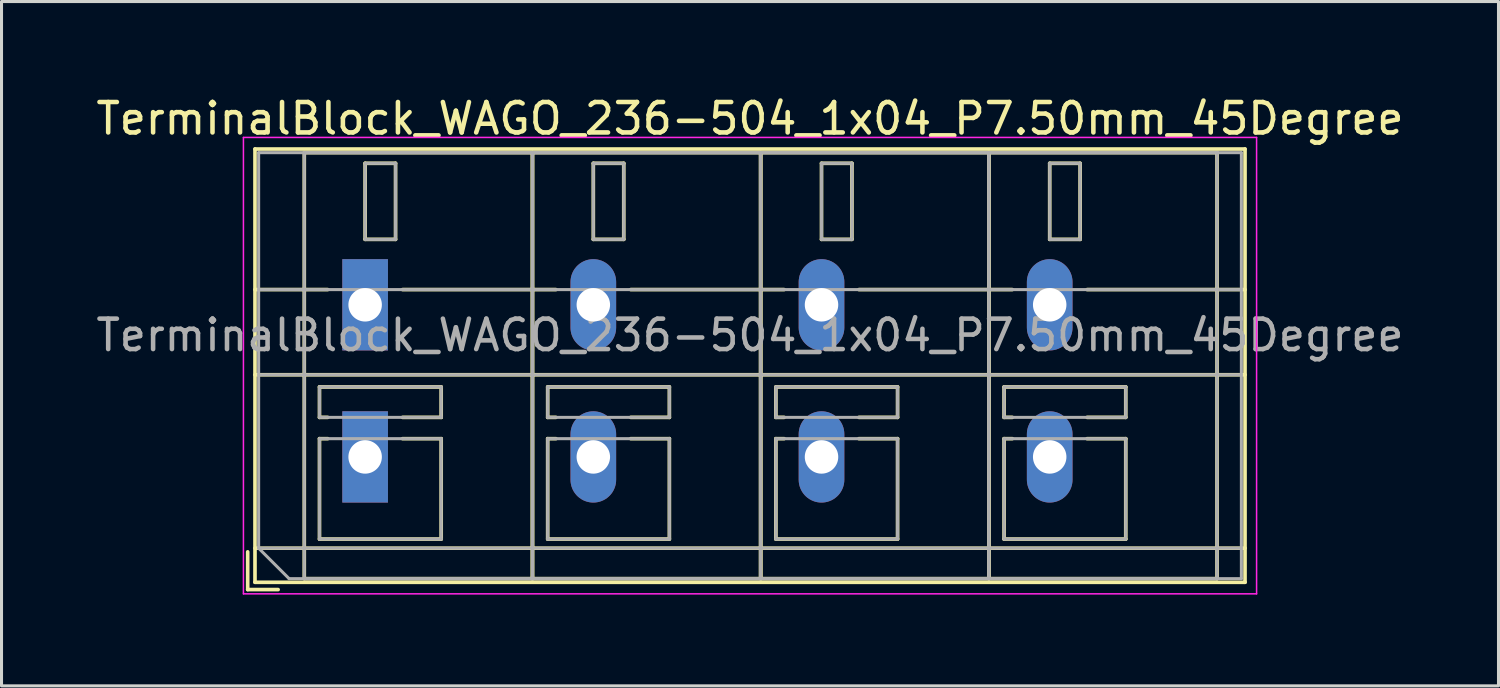
<source format=kicad_pcb>
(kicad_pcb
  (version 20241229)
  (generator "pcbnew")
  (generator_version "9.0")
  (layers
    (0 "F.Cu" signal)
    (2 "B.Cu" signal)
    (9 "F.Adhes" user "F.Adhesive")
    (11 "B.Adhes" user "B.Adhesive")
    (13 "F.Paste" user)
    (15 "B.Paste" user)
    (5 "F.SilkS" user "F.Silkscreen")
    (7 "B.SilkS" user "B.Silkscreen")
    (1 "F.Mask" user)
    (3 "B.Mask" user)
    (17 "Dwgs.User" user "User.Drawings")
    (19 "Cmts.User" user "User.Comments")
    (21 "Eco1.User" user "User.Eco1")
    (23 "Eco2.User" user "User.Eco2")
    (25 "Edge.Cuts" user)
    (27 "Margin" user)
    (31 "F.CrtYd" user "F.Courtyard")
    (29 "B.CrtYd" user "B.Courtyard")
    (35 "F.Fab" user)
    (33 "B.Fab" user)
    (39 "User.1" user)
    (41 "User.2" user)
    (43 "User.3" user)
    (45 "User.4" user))
  (footprint "TerminalBlock_WAGO_236-504_1x04_P7.50mm_45Degree"
    (layer "F.Cu")
    (at 8.951 6.968)
    (property "Reference" "TerminalBlock_WAGO_236-504_1x04_P7.50mm_45Degree" (at 12.65 -6.12 0) (layer "F.SilkS") (effects (font (size 1 1) (thickness 0.15))))
    (attr through_hole)
    (fp_line (start -3.86 8.12) (end -3.86 9.36) (stroke (width 0.12) (type solid)) (layer "F.SilkS"))
    (fp_line (start -3.86 9.36) (end -2.86 9.36) (stroke (width 0.12) (type solid)) (layer "F.SilkS"))
    (fp_line (start -3.62 -5.12) (end -3.62 9.12) (stroke (width 0.12) (type solid)) (layer "F.SilkS"))
    (fp_line (start -3.62 -5.12) (end 28.92 -5.12) (stroke (width 0.12) (type solid)) (layer "F.SilkS"))
    (fp_line (start -3.62 -0.5) (end -1.23 -0.5) (stroke (width 0.12) (type solid)) (layer "F.SilkS"))
    (fp_line (start -3.62 2.3) (end 28.92 2.3) (stroke (width 0.12) (type solid)) (layer "F.SilkS"))
    (fp_line (start -3.62 8) (end 28.92 8) (stroke (width 0.12) (type solid)) (layer "F.SilkS"))
    (fp_line (start -3.62 9.12) (end 28.92 9.12) (stroke (width 0.12) (type solid)) (layer "F.SilkS"))
    (fp_line (start -2 -5) (end -2 9) (stroke (width 0.12) (type solid)) (layer "F.SilkS"))
    (fp_line (start -2 -5) (end 5.5 -5) (stroke (width 0.12) (type solid)) (layer "F.SilkS"))
    (fp_line (start -2 9) (end 5.5 9) (stroke (width 0.12) (type solid)) (layer "F.SilkS"))
    (fp_line (start -1.5 2.7) (end -1.5 3.7) (stroke (width 0.12) (type solid)) (layer "F.SilkS"))
    (fp_line (start -1.5 2.7) (end 2.5 2.7) (stroke (width 0.12) (type solid)) (layer "F.SilkS"))
    (fp_line (start -1.5 3.7) (end -1.23 3.7) (stroke (width 0.12) (type solid)) (layer "F.SilkS"))
    (fp_line (start -1.5 4.4) (end -1.5 7.7) (stroke (width 0.12) (type solid)) (layer "F.SilkS"))
    (fp_line (start -1.5 4.4) (end -1.23 4.4) (stroke (width 0.12) (type solid)) (layer "F.SilkS"))
    (fp_line (start -1.5 7.7) (end 2.5 7.7) (stroke (width 0.12) (type solid)) (layer "F.SilkS"))
    (fp_line (start 0 -4.65) (end 0 -2.151) (stroke (width 0.12) (type solid)) (layer "F.SilkS"))
    (fp_line (start 0 -4.65) (end 1 -4.65) (stroke (width 0.12) (type solid)) (layer "F.SilkS"))
    (fp_line (start 0 -2.151) (end 1 -2.151) (stroke (width 0.12) (type solid)) (layer "F.SilkS"))
    (fp_line (start 1 -4.65) (end 1 -2.151) (stroke (width 0.12) (type solid)) (layer "F.SilkS"))
    (fp_line (start 1.23 -0.5) (end 6.27 -0.5) (stroke (width 0.12) (type solid)) (layer "F.SilkS"))
    (fp_line (start 1.23 3.7) (end 2.5 3.7) (stroke (width 0.12) (type solid)) (layer "F.SilkS"))
    (fp_line (start 1.23 4.4) (end 2.5 4.4) (stroke (width 0.12) (type solid)) (layer "F.SilkS"))
    (fp_line (start 2.5 2.7) (end 2.5 3.7) (stroke (width 0.12) (type solid)) (layer "F.SilkS"))
    (fp_line (start 2.5 4.4) (end 2.5 7.7) (stroke (width 0.12) (type solid)) (layer "F.SilkS"))
    (fp_line (start 5.5 -5) (end 5.5 9) (stroke (width 0.12) (type solid)) (layer "F.SilkS"))
    (fp_line (start 5.5 -5) (end 5.5 9) (stroke (width 0.12) (type solid)) (layer "F.SilkS"))
    (fp_line (start 5.5 -5) (end 13 -5) (stroke (width 0.12) (type solid)) (layer "F.SilkS"))
    (fp_line (start 5.5 9) (end 13 9) (stroke (width 0.12) (type solid)) (layer "F.SilkS"))
    (fp_line (start 6 2.7) (end 6 3.7) (stroke (width 0.12) (type solid)) (layer "F.SilkS"))
    (fp_line (start 6 2.7) (end 10 2.7) (stroke (width 0.12) (type solid)) (layer "F.SilkS"))
    (fp_line (start 6 3.7) (end 6.27 3.7) (stroke (width 0.12) (type solid)) (layer "F.SilkS"))
    (fp_line (start 6 4.4) (end 6 7.7) (stroke (width 0.12) (type solid)) (layer "F.SilkS"))
    (fp_line (start 6 4.4) (end 6.27 4.4) (stroke (width 0.12) (type solid)) (layer "F.SilkS"))
    (fp_line (start 6 7.7) (end 10 7.7) (stroke (width 0.12) (type solid)) (layer "F.SilkS"))
    (fp_line (start 7.5 -4.65) (end 7.5 -2.151) (stroke (width 0.12) (type solid)) (layer "F.SilkS"))
    (fp_line (start 7.5 -4.65) (end 8.5 -4.65) (stroke (width 0.12) (type solid)) (layer "F.SilkS"))
    (fp_line (start 7.5 -2.151) (end 8.5 -2.151) (stroke (width 0.12) (type solid)) (layer "F.SilkS"))
    (fp_line (start 8.5 -4.65) (end 8.5 -2.151) (stroke (width 0.12) (type solid)) (layer "F.SilkS"))
    (fp_line (start 8.73 -0.5) (end 13.77 -0.5) (stroke (width 0.12) (type solid)) (layer "F.SilkS"))
    (fp_line (start 8.73 3.7) (end 10 3.7) (stroke (width 0.12) (type solid)) (layer "F.SilkS"))
    (fp_line (start 8.73 4.4) (end 10 4.4) (stroke (width 0.12) (type solid)) (layer "F.SilkS"))
    (fp_line (start 10 2.7) (end 10 3.7) (stroke (width 0.12) (type solid)) (layer "F.SilkS"))
    (fp_line (start 10 4.4) (end 10 7.7) (stroke (width 0.12) (type solid)) (layer "F.SilkS"))
    (fp_line (start 13 -5) (end 13 9) (stroke (width 0.12) (type solid)) (layer "F.SilkS"))
    (fp_line (start 13 -5) (end 13 9) (stroke (width 0.12) (type solid)) (layer "F.SilkS"))
    (fp_line (start 13 -5) (end 20.5 -5) (stroke (width 0.12) (type solid)) (layer "F.SilkS"))
    (fp_line (start 13 9) (end 20.5 9) (stroke (width 0.12) (type solid)) (layer "F.SilkS"))
    (fp_line (start 13.5 2.7) (end 13.5 3.7) (stroke (width 0.12) (type solid)) (layer "F.SilkS"))
    (fp_line (start 13.5 2.7) (end 17.5 2.7) (stroke (width 0.12) (type solid)) (layer "F.SilkS"))
    (fp_line (start 13.5 3.7) (end 13.77 3.7) (stroke (width 0.12) (type solid)) (layer "F.SilkS"))
    (fp_line (start 13.5 4.4) (end 13.5 7.7) (stroke (width 0.12) (type solid)) (layer "F.SilkS"))
    (fp_line (start 13.5 4.4) (end 13.77 4.4) (stroke (width 0.12) (type solid)) (layer "F.SilkS"))
    (fp_line (start 13.5 7.7) (end 17.5 7.7) (stroke (width 0.12) (type solid)) (layer "F.SilkS"))
    (fp_line (start 15 -4.65) (end 15 -2.151) (stroke (width 0.12) (type solid)) (layer "F.SilkS"))
    (fp_line (start 15 -4.65) (end 16 -4.65) (stroke (width 0.12) (type solid)) (layer "F.SilkS"))
    (fp_line (start 15 -2.151) (end 16 -2.151) (stroke (width 0.12) (type solid)) (layer "F.SilkS"))
    (fp_line (start 16 -4.65) (end 16 -2.151) (stroke (width 0.12) (type solid)) (layer "F.SilkS"))
    (fp_line (start 16.23 -0.5) (end 21.27 -0.5) (stroke (width 0.12) (type solid)) (layer "F.SilkS"))
    (fp_line (start 16.23 3.7) (end 17.5 3.7) (stroke (width 0.12) (type solid)) (layer "F.SilkS"))
    (fp_line (start 16.23 4.4) (end 17.5 4.4) (stroke (width 0.12) (type solid)) (layer "F.SilkS"))
    (fp_line (start 17.5 2.7) (end 17.5 3.7) (stroke (width 0.12) (type solid)) (layer "F.SilkS"))
    (fp_line (start 17.5 4.4) (end 17.5 7.7) (stroke (width 0.12) (type solid)) (layer "F.SilkS"))
    (fp_line (start 20.5 -5) (end 20.5 9) (stroke (width 0.12) (type solid)) (layer "F.SilkS"))
    (fp_line (start 20.5 -5) (end 20.5 9) (stroke (width 0.12) (type solid)) (layer "F.SilkS"))
    (fp_line (start 20.5 -5) (end 28 -5) (stroke (width 0.12) (type solid)) (layer "F.SilkS"))
    (fp_line (start 20.5 9) (end 28 9) (stroke (width 0.12) (type solid)) (layer "F.SilkS"))
    (fp_line (start 21 2.7) (end 21 3.7) (stroke (width 0.12) (type solid)) (layer "F.SilkS"))
    (fp_line (start 21 2.7) (end 25 2.7) (stroke (width 0.12) (type solid)) (layer "F.SilkS"))
    (fp_line (start 21 3.7) (end 21.27 3.7) (stroke (width 0.12) (type solid)) (layer "F.SilkS"))
    (fp_line (start 21 4.4) (end 21 7.7) (stroke (width 0.12) (type solid)) (layer "F.SilkS"))
    (fp_line (start 21 4.4) (end 21.27 4.4) (stroke (width 0.12) (type solid)) (layer "F.SilkS"))
    (fp_line (start 21 7.7) (end 25 7.7) (stroke (width 0.12) (type solid)) (layer "F.SilkS"))
    (fp_line (start 22.5 -4.65) (end 22.5 -2.151) (stroke (width 0.12) (type solid)) (layer "F.SilkS"))
    (fp_line (start 22.5 -4.65) (end 23.5 -4.65) (stroke (width 0.12) (type solid)) (layer "F.SilkS"))
    (fp_line (start 22.5 -2.151) (end 23.5 -2.151) (stroke (width 0.12) (type solid)) (layer "F.SilkS"))
    (fp_line (start 23.5 -4.65) (end 23.5 -2.151) (stroke (width 0.12) (type solid)) (layer "F.SilkS"))
    (fp_line (start 23.73 -0.5) (end 28.92 -0.5) (stroke (width 0.12) (type solid)) (layer "F.SilkS"))
    (fp_line (start 23.73 3.7) (end 25 3.7) (stroke (width 0.12) (type solid)) (layer "F.SilkS"))
    (fp_line (start 23.73 4.4) (end 25 4.4) (stroke (width 0.12) (type solid)) (layer "F.SilkS"))
    (fp_line (start 25 2.7) (end 25 3.7) (stroke (width 0.12) (type solid)) (layer "F.SilkS"))
    (fp_line (start 25 4.4) (end 25 7.7) (stroke (width 0.12) (type solid)) (layer "F.SilkS"))
    (fp_line (start 28 -5) (end 28 9) (stroke (width 0.12) (type solid)) (layer "F.SilkS"))
    (fp_line (start 28.92 -5.12) (end 28.92 9.12) (stroke (width 0.12) (type solid)) (layer "F.SilkS"))
    (fp_line (start -4 -5.5) (end -4 9.5) (stroke (width 0.05) (type solid)) (layer "F.CrtYd"))
    (fp_line (start -4 9.5) (end 29.3 9.5) (stroke (width 0.05) (type solid)) (layer "F.CrtYd"))
    (fp_line (start 29.3 -5.5) (end -4 -5.5) (stroke (width 0.05) (type solid)) (layer "F.CrtYd"))
    (fp_line (start 29.3 9.5) (end 29.3 -5.5) (stroke (width 0.05) (type solid)) (layer "F.CrtYd"))
    (fp_line (start -3.5 -5) (end 28.8 -5) (stroke (width 0.1) (type solid)) (layer "F.Fab"))
    (fp_line (start -3.5 -0.5) (end 28.8 -0.5) (stroke (width 0.1) (type solid)) (layer "F.Fab"))
    (fp_line (start -3.5 2.3) (end 28.8 2.3) (stroke (width 0.1) (type solid)) (layer "F.Fab"))
    (fp_line (start -3.5 8) (end -3.5 -5) (stroke (width 0.1) (type solid)) (layer "F.Fab"))
    (fp_line (start -3.5 8) (end 28.8 8) (stroke (width 0.1) (type solid)) (layer "F.Fab"))
    (fp_line (start -2.5 9) (end -3.5 8) (stroke (width 0.1) (type solid)) (layer "F.Fab"))
    (fp_line (start -2 -5) (end -2 9) (stroke (width 0.1) (type solid)) (layer "F.Fab"))
    (fp_line (start -2 9) (end 5.5 9) (stroke (width 0.1) (type solid)) (layer "F.Fab"))
    (fp_line (start -1.5 2.7) (end -1.5 3.7) (stroke (width 0.1) (type solid)) (layer "F.Fab"))
    (fp_line (start -1.5 3.7) (end 2.5 3.7) (stroke (width 0.1) (type solid)) (layer "F.Fab"))
    (fp_line (start -1.5 4.4) (end -1.5 7.7) (stroke (width 0.1) (type solid)) (layer "F.Fab"))
    (fp_line (start -1.5 7.7) (end 2.5 7.7) (stroke (width 0.1) (type solid)) (layer "F.Fab"))
    (fp_line (start 0 -4.65) (end 0 -2.15) (stroke (width 0.1) (type solid)) (layer "F.Fab"))
    (fp_line (start 0 -2.15) (end 1 -2.15) (stroke (width 0.1) (type solid)) (layer "F.Fab"))
    (fp_line (start 1 -4.65) (end 0 -4.65) (stroke (width 0.1) (type solid)) (layer "F.Fab"))
    (fp_line (start 1 -2.15) (end 1 -4.65) (stroke (width 0.1) (type solid)) (layer "F.Fab"))
    (fp_line (start 2.5 2.7) (end -1.5 2.7) (stroke (width 0.1) (type solid)) (layer "F.Fab"))
    (fp_line (start 2.5 3.7) (end 2.5 2.7) (stroke (width 0.1) (type solid)) (layer "F.Fab"))
    (fp_line (start 2.5 4.4) (end -1.5 4.4) (stroke (width 0.1) (type solid)) (layer "F.Fab"))
    (fp_line (start 2.5 7.7) (end 2.5 4.4) (stroke (width 0.1) (type solid)) (layer "F.Fab"))
    (fp_line (start 5.5 -5) (end -2 -5) (stroke (width 0.1) (type solid)) (layer "F.Fab"))
    (fp_line (start 5.5 -5) (end 5.5 9) (stroke (width 0.1) (type solid)) (layer "F.Fab"))
    (fp_line (start 5.5 9) (end 5.5 -5) (stroke (width 0.1) (type solid)) (layer "F.Fab"))
    (fp_line (start 5.5 9) (end 13 9) (stroke (width 0.1) (type solid)) (layer "F.Fab"))
    (fp_line (start 6 2.7) (end 6 3.7) (stroke (width 0.1) (type solid)) (layer "F.Fab"))
    (fp_line (start 6 3.7) (end 10 3.7) (stroke (width 0.1) (type solid)) (layer "F.Fab"))
    (fp_line (start 6 4.4) (end 6 7.7) (stroke (width 0.1) (type solid)) (layer "F.Fab"))
    (fp_line (start 6 7.7) (end 10 7.7) (stroke (width 0.1) (type solid)) (layer "F.Fab"))
    (fp_line (start 7.5 -4.65) (end 7.5 -2.15) (stroke (width 0.1) (type solid)) (layer "F.Fab"))
    (fp_line (start 7.5 -2.15) (end 8.5 -2.15) (stroke (width 0.1) (type solid)) (layer "F.Fab"))
    (fp_line (start 8.5 -4.65) (end 7.5 -4.65) (stroke (width 0.1) (type solid)) (layer "F.Fab"))
    (fp_line (start 8.5 -2.15) (end 8.5 -4.65) (stroke (width 0.1) (type solid)) (layer "F.Fab"))
    (fp_line (start 10 2.7) (end 6 2.7) (stroke (width 0.1) (type solid)) (layer "F.Fab"))
    (fp_line (start 10 3.7) (end 10 2.7) (stroke (width 0.1) (type solid)) (layer "F.Fab"))
    (fp_line (start 10 4.4) (end 6 4.4) (stroke (width 0.1) (type solid)) (layer "F.Fab"))
    (fp_line (start 10 7.7) (end 10 4.4) (stroke (width 0.1) (type solid)) (layer "F.Fab"))
    (fp_line (start 13 -5) (end 5.5 -5) (stroke (width 0.1) (type solid)) (layer "F.Fab"))
    (fp_line (start 13 -5) (end 13 9) (stroke (width 0.1) (type solid)) (layer "F.Fab"))
    (fp_line (start 13 9) (end 13 -5) (stroke (width 0.1) (type solid)) (layer "F.Fab"))
    (fp_line (start 13 9) (end 20.5 9) (stroke (width 0.1) (type solid)) (layer "F.Fab"))
    (fp_line (start 13.5 2.7) (end 13.5 3.7) (stroke (width 0.1) (type solid)) (layer "F.Fab"))
    (fp_line (start 13.5 3.7) (end 17.5 3.7) (stroke (width 0.1) (type solid)) (layer "F.Fab"))
    (fp_line (start 13.5 4.4) (end 13.5 7.7) (stroke (width 0.1) (type solid)) (layer "F.Fab"))
    (fp_line (start 13.5 7.7) (end 17.5 7.7) (stroke (width 0.1) (type solid)) (layer "F.Fab"))
    (fp_line (start 15 -4.65) (end 15 -2.15) (stroke (width 0.1) (type solid)) (layer "F.Fab"))
    (fp_line (start 15 -2.15) (end 16 -2.15) (stroke (width 0.1) (type solid)) (layer "F.Fab"))
    (fp_line (start 16 -4.65) (end 15 -4.65) (stroke (width 0.1) (type solid)) (layer "F.Fab"))
    (fp_line (start 16 -2.15) (end 16 -4.65) (stroke (width 0.1) (type solid)) (layer "F.Fab"))
    (fp_line (start 17.5 2.7) (end 13.5 2.7) (stroke (width 0.1) (type solid)) (layer "F.Fab"))
    (fp_line (start 17.5 3.7) (end 17.5 2.7) (stroke (width 0.1) (type solid)) (layer "F.Fab"))
    (fp_line (start 17.5 4.4) (end 13.5 4.4) (stroke (width 0.1) (type solid)) (layer "F.Fab"))
    (fp_line (start 17.5 7.7) (end 17.5 4.4) (stroke (width 0.1) (type solid)) (layer "F.Fab"))
    (fp_line (start 20.5 -5) (end 13 -5) (stroke (width 0.1) (type solid)) (layer "F.Fab"))
    (fp_line (start 20.5 -5) (end 20.5 9) (stroke (width 0.1) (type solid)) (layer "F.Fab"))
    (fp_line (start 20.5 9) (end 20.5 -5) (stroke (width 0.1) (type solid)) (layer "F.Fab"))
    (fp_line (start 20.5 9) (end 28 9) (stroke (width 0.1) (type solid)) (layer "F.Fab"))
    (fp_line (start 21 2.7) (end 21 3.7) (stroke (width 0.1) (type solid)) (layer "F.Fab"))
    (fp_line (start 21 3.7) (end 25 3.7) (stroke (width 0.1) (type solid)) (layer "F.Fab"))
    (fp_line (start 21 4.4) (end 21 7.7) (stroke (width 0.1) (type solid)) (layer "F.Fab"))
    (fp_line (start 21 7.7) (end 25 7.7) (stroke (width 0.1) (type solid)) (layer "F.Fab"))
    (fp_line (start 22.5 -4.65) (end 22.5 -2.15) (stroke (width 0.1) (type solid)) (layer "F.Fab"))
    (fp_line (start 22.5 -2.15) (end 23.5 -2.15) (stroke (width 0.1) (type solid)) (layer "F.Fab"))
    (fp_line (start 23.5 -4.65) (end 22.5 -4.65) (stroke (width 0.1) (type solid)) (layer "F.Fab"))
    (fp_line (start 23.5 -2.15) (end 23.5 -4.65) (stroke (width 0.1) (type solid)) (layer "F.Fab"))
    (fp_line (start 25 2.7) (end 21 2.7) (stroke (width 0.1) (type solid)) (layer "F.Fab"))
    (fp_line (start 25 3.7) (end 25 2.7) (stroke (width 0.1) (type solid)) (layer "F.Fab"))
    (fp_line (start 25 4.4) (end 21 4.4) (stroke (width 0.1) (type solid)) (layer "F.Fab"))
    (fp_line (start 25 7.7) (end 25 4.4) (stroke (width 0.1) (type solid)) (layer "F.Fab"))
    (fp_line (start 28 -5) (end 20.5 -5) (stroke (width 0.1) (type solid)) (layer "F.Fab"))
    (fp_line (start 28 9) (end 28 -5) (stroke (width 0.1) (type solid)) (layer "F.Fab"))
    (fp_line (start 28.8 -5) (end 28.8 9) (stroke (width 0.1) (type solid)) (layer "F.Fab"))
    (fp_line (start 28.8 9) (end -2.5 9) (stroke (width 0.1) (type solid)) (layer "F.Fab"))
    (fp_text user "${REFERENCE}" (at 12.65 1 0) (layer "F.Fab") (effects (font (size 1 1) (thickness 0.15))))
    (pad "1" thru_hole rect (at 0 0) (size 1.5 3) (drill 1.1) (layers "*.Cu" "*.Mask"))
    (pad "1" thru_hole rect (at 0 5) (size 1.5 3) (drill 1.1) (layers "*.Cu" "*.Mask"))
    (pad "2" thru_hole oval (at 7.5 0) (size 1.5 3) (drill 1.1) (layers "*.Cu" "*.Mask"))
    (pad "2" thru_hole oval (at 7.5 5) (size 1.5 3) (drill 1.1) (layers "*.Cu" "*.Mask"))
    (pad "3" thru_hole oval (at 15 0) (size 1.5 3) (drill 1.1) (layers "*.Cu" "*.Mask"))
    (pad "3" thru_hole oval (at 15 5) (size 1.5 3) (drill 1.1) (layers "*.Cu" "*.Mask"))
    (pad "4" thru_hole oval (at 22.5 0) (size 1.5 3) (drill 1.1) (layers "*.Cu" "*.Mask"))
    (pad "4" thru_hole oval (at 22.5 5) (size 1.5 3) (drill 1.1) (layers "*.Cu" "*.Mask")))
  (gr_rect
    (start -3 -3)
    (end 46.202 19.493)
    (stroke (width 0.1) (type default))
    (fill no)
    (layer "Edge.Cuts")))
</source>
